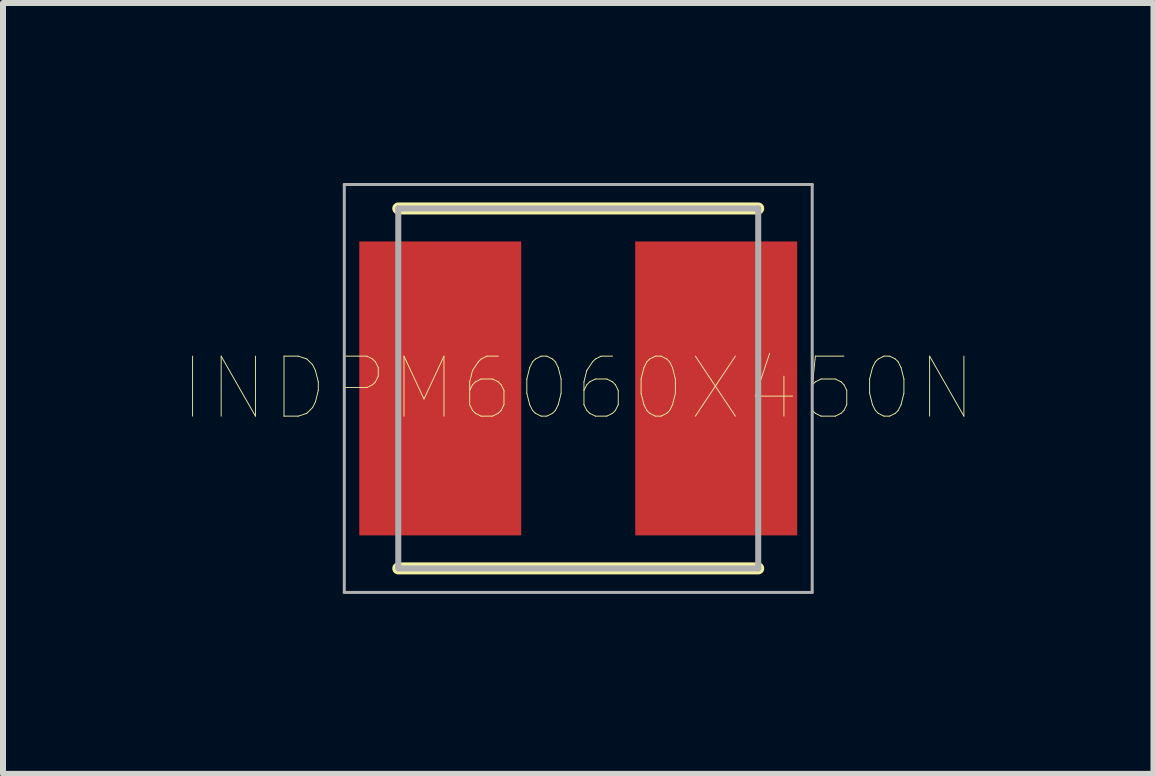
<source format=kicad_pcb>
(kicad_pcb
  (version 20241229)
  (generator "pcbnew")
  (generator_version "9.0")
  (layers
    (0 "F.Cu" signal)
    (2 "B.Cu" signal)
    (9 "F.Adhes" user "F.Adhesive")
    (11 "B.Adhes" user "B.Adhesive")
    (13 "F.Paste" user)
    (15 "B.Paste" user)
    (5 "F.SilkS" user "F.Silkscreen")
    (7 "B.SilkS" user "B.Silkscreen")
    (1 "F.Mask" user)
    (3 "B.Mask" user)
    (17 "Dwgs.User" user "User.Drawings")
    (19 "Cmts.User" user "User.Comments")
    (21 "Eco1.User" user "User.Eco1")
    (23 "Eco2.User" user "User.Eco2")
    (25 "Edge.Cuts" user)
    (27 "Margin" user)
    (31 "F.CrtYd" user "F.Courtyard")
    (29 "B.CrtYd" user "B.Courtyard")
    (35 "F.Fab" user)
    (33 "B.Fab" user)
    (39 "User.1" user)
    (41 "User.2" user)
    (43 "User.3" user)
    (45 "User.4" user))
  (footprint "INDPM6060X450N"
    (layer "F.Cu")
    (at 6.589 3.425)
    (property "Reference" "INDPM6060X450N" (at 0 0 0) (layer "F.SilkS") (effects (font (size 1 1) (thickness 0.015))))
    (attr through_hole)
    (fp_line (start -3 3) (end 3 3) (stroke (width 0.2) (type solid)) (layer "F.SilkS"))
    (fp_line (start 3 -3) (end -3 -3) (stroke (width 0.2) (type solid)) (layer "F.SilkS"))
    (fp_line (start -3.9 -3.4) (end 3.9 -3.4) (stroke (width 0.05) (type solid)) (layer "F.Fab"))
    (fp_line (start -3.9 3.4) (end -3.9 -3.4) (stroke (width 0.05) (type solid)) (layer "F.Fab"))
    (fp_line (start -3 -3) (end 3 -3) (stroke (width 0.1) (type solid)) (layer "F.Fab"))
    (fp_line (start -3 3) (end -3 -3) (stroke (width 0.1) (type solid)) (layer "F.Fab"))
    (fp_line (start 3 -3) (end 3 3) (stroke (width 0.1) (type solid)) (layer "F.Fab"))
    (fp_line (start 3 3) (end -3 3) (stroke (width 0.1) (type solid)) (layer "F.Fab"))
    (fp_line (start 3.9 -3.4) (end 3.9 3.4) (stroke (width 0.05) (type solid)) (layer "F.Fab"))
    (fp_line (start 3.9 3.4) (end -3.9 3.4) (stroke (width 0.05) (type solid)) (layer "F.Fab"))
    (pad "1" smd rect (at -2.3 0) (size 2.7 4.9) (layers "F.Cu" "F.Mask" "F.Paste"))
    (pad "2" smd rect (at 2.3 0) (size 2.7 4.9) (layers "F.Cu" "F.Mask" "F.Paste")))
  (gr_rect
    (start -3 -3)
    (end 16.178 9.85)
    (stroke (width 0.1) (type default))
    (fill no)
    (layer "Edge.Cuts")))
</source>
